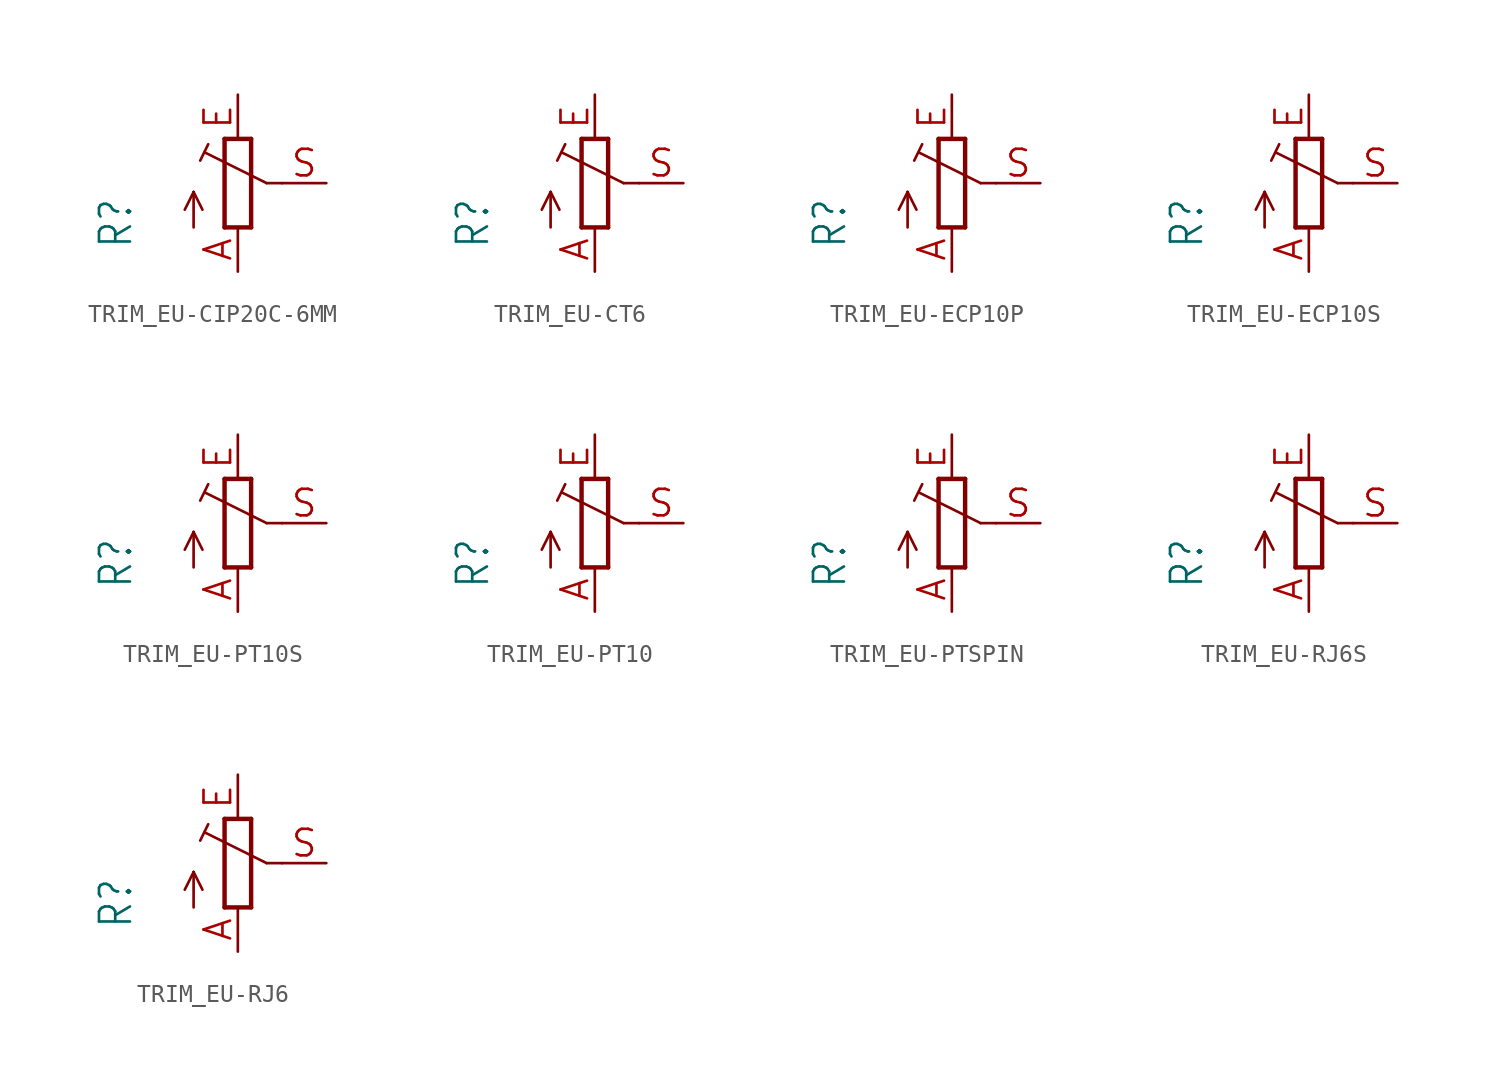
<source format=kicad_sym>
(kicad_symbol_lib
  (version 20241209)
  (generator "kicad_symbol_editor")
  (generator_version "9.0")
  (symbol "TRIM_EU-CIP20C-6MM"
    (property "Reference" "R"
      (at -5.969 -3.81 90)
      (effects (font (size 1.778 1.511)) (justify left bottom)))
    (property "Value" ""
      (at -3.81 -3.81 90)
      (effects (font (size 1.778 1.511)) (justify left bottom)))
    (property "ki_locked" ""
      (at 0 0 0)
      (effects (font (size 1.27 1.27))))
    (symbol "TRIM_EU-CIP20C-6MM_1_0"
      (polyline (pts (xy -2.54 -0.508) (xy -3.048 -1.524)) (stroke (width 0.152) (type solid)) (fill (type none)))
      (polyline (pts (xy -2.54 -0.508) (xy -2.032 -1.524)) (stroke (width 0.152) (type solid)) (fill (type none)))
      (polyline (pts (xy -2.54 -2.54) (xy -2.54 -0.508)) (stroke (width 0.152) (type solid)) (fill (type none)))
      (polyline (pts (xy -2.16 1.294) (xy -1.702 2.235)) (stroke (width 0.152) (type solid)) (fill (type none)))
      (polyline (pts (xy -0.762 2.54) (xy -0.762 -2.54)) (stroke (width 0.254) (type solid)) (fill (type none)))
      (polyline (pts (xy -0.762 -2.54) (xy 0.762 -2.54)) (stroke (width 0.254) (type solid)) (fill (type none)))
      (polyline (pts (xy 0.762 2.54) (xy -0.762 2.54)) (stroke (width 0.254) (type solid)) (fill (type none)))
      (polyline (pts (xy 0.762 -2.54) (xy 0.762 2.54)) (stroke (width 0.254) (type solid)) (fill (type none)))
      (polyline (pts (xy 1.651 0) (xy -1.88 1.753)) (stroke (width 0.152) (type solid)) (fill (type none)))
      (polyline (pts (xy 2.54 0) (xy 1.651 0)) (stroke (width 0.152) (type solid)) (fill (type none)))
      (pin passive line (at 0 5.08 270) (length 2.54) (name "E" (effects (font (size 0 0)))) (number "E" (effects (font (size 1.524 1.524)))))
      (pin passive line (at 0 -5.08 90) (length 2.54) (name "A" (effects (font (size 0 0)))) (number "A" (effects (font (size 1.524 1.524)))))
      (pin passive line (at 5.08 0 180) (length 2.54) (name "S" (effects (font (size 0 0)))) (number "S" (effects (font (size 1.524 1.524)))))))
  (symbol "TRIM_EU-CT6"
    (property "Reference" "R"
      (at -5.969 -3.81 90)
      (effects (font (size 1.778 1.511)) (justify left bottom)))
    (property "Value" ""
      (at -3.81 -3.81 90)
      (effects (font (size 1.778 1.511)) (justify left bottom)))
    (property "ki_locked" ""
      (at 0 0 0)
      (effects (font (size 1.27 1.27))))
    (symbol "TRIM_EU-CT6_1_0"
      (polyline (pts (xy -2.54 -0.508) (xy -3.048 -1.524)) (stroke (width 0.152) (type solid)) (fill (type none)))
      (polyline (pts (xy -2.54 -0.508) (xy -2.032 -1.524)) (stroke (width 0.152) (type solid)) (fill (type none)))
      (polyline (pts (xy -2.54 -2.54) (xy -2.54 -0.508)) (stroke (width 0.152) (type solid)) (fill (type none)))
      (polyline (pts (xy -2.16 1.294) (xy -1.702 2.235)) (stroke (width 0.152) (type solid)) (fill (type none)))
      (polyline (pts (xy -0.762 2.54) (xy -0.762 -2.54)) (stroke (width 0.254) (type solid)) (fill (type none)))
      (polyline (pts (xy -0.762 -2.54) (xy 0.762 -2.54)) (stroke (width 0.254) (type solid)) (fill (type none)))
      (polyline (pts (xy 0.762 2.54) (xy -0.762 2.54)) (stroke (width 0.254) (type solid)) (fill (type none)))
      (polyline (pts (xy 0.762 -2.54) (xy 0.762 2.54)) (stroke (width 0.254) (type solid)) (fill (type none)))
      (polyline (pts (xy 1.651 0) (xy -1.88 1.753)) (stroke (width 0.152) (type solid)) (fill (type none)))
      (polyline (pts (xy 2.54 0) (xy 1.651 0)) (stroke (width 0.152) (type solid)) (fill (type none)))
      (pin passive line (at 0 5.08 270) (length 2.54) (name "E" (effects (font (size 0 0)))) (number "E" (effects (font (size 1.524 1.524)))))
      (pin passive line (at 0 -5.08 90) (length 2.54) (name "A" (effects (font (size 0 0)))) (number "A" (effects (font (size 1.524 1.524)))))
      (pin passive line (at 5.08 0 180) (length 2.54) (name "S" (effects (font (size 0 0)))) (number "S" (effects (font (size 1.524 1.524)))))))
  (symbol "TRIM_EU-ECP10P"
    (property "Reference" "R"
      (at -5.969 -3.81 90)
      (effects (font (size 1.778 1.511)) (justify left bottom)))
    (property "Value" ""
      (at -3.81 -3.81 90)
      (effects (font (size 1.778 1.511)) (justify left bottom)))
    (property "ki_locked" ""
      (at 0 0 0)
      (effects (font (size 1.27 1.27))))
    (symbol "TRIM_EU-ECP10P_1_0"
      (polyline (pts (xy -2.54 -0.508) (xy -3.048 -1.524)) (stroke (width 0.152) (type solid)) (fill (type none)))
      (polyline (pts (xy -2.54 -0.508) (xy -2.032 -1.524)) (stroke (width 0.152) (type solid)) (fill (type none)))
      (polyline (pts (xy -2.54 -2.54) (xy -2.54 -0.508)) (stroke (width 0.152) (type solid)) (fill (type none)))
      (polyline (pts (xy -2.16 1.294) (xy -1.702 2.235)) (stroke (width 0.152) (type solid)) (fill (type none)))
      (polyline (pts (xy -0.762 2.54) (xy -0.762 -2.54)) (stroke (width 0.254) (type solid)) (fill (type none)))
      (polyline (pts (xy -0.762 -2.54) (xy 0.762 -2.54)) (stroke (width 0.254) (type solid)) (fill (type none)))
      (polyline (pts (xy 0.762 2.54) (xy -0.762 2.54)) (stroke (width 0.254) (type solid)) (fill (type none)))
      (polyline (pts (xy 0.762 -2.54) (xy 0.762 2.54)) (stroke (width 0.254) (type solid)) (fill (type none)))
      (polyline (pts (xy 1.651 0) (xy -1.88 1.753)) (stroke (width 0.152) (type solid)) (fill (type none)))
      (polyline (pts (xy 2.54 0) (xy 1.651 0)) (stroke (width 0.152) (type solid)) (fill (type none)))
      (pin passive line (at 0 5.08 270) (length 2.54) (name "E" (effects (font (size 0 0)))) (number "E" (effects (font (size 1.524 1.524)))))
      (pin passive line (at 0 -5.08 90) (length 2.54) (name "A" (effects (font (size 0 0)))) (number "A" (effects (font (size 1.524 1.524)))))
      (pin passive line (at 5.08 0 180) (length 2.54) (name "S" (effects (font (size 0 0)))) (number "S" (effects (font (size 1.524 1.524)))))))
  (symbol "TRIM_EU-ECP10S"
    (property "Reference" "R"
      (at -5.969 -3.81 90)
      (effects (font (size 1.778 1.511)) (justify left bottom)))
    (property "Value" ""
      (at -3.81 -3.81 90)
      (effects (font (size 1.778 1.511)) (justify left bottom)))
    (property "ki_locked" ""
      (at 0 0 0)
      (effects (font (size 1.27 1.27))))
    (symbol "TRIM_EU-ECP10S_1_0"
      (polyline (pts (xy -2.54 -0.508) (xy -3.048 -1.524)) (stroke (width 0.152) (type solid)) (fill (type none)))
      (polyline (pts (xy -2.54 -0.508) (xy -2.032 -1.524)) (stroke (width 0.152) (type solid)) (fill (type none)))
      (polyline (pts (xy -2.54 -2.54) (xy -2.54 -0.508)) (stroke (width 0.152) (type solid)) (fill (type none)))
      (polyline (pts (xy -2.16 1.294) (xy -1.702 2.235)) (stroke (width 0.152) (type solid)) (fill (type none)))
      (polyline (pts (xy -0.762 2.54) (xy -0.762 -2.54)) (stroke (width 0.254) (type solid)) (fill (type none)))
      (polyline (pts (xy -0.762 -2.54) (xy 0.762 -2.54)) (stroke (width 0.254) (type solid)) (fill (type none)))
      (polyline (pts (xy 0.762 2.54) (xy -0.762 2.54)) (stroke (width 0.254) (type solid)) (fill (type none)))
      (polyline (pts (xy 0.762 -2.54) (xy 0.762 2.54)) (stroke (width 0.254) (type solid)) (fill (type none)))
      (polyline (pts (xy 1.651 0) (xy -1.88 1.753)) (stroke (width 0.152) (type solid)) (fill (type none)))
      (polyline (pts (xy 2.54 0) (xy 1.651 0)) (stroke (width 0.152) (type solid)) (fill (type none)))
      (pin passive line (at 0 5.08 270) (length 2.54) (name "E" (effects (font (size 0 0)))) (number "E" (effects (font (size 1.524 1.524)))))
      (pin passive line (at 0 -5.08 90) (length 2.54) (name "A" (effects (font (size 0 0)))) (number "A" (effects (font (size 1.524 1.524)))))
      (pin passive line (at 5.08 0 180) (length 2.54) (name "S" (effects (font (size 0 0)))) (number "S" (effects (font (size 1.524 1.524)))))))
  (symbol "TRIM_EU-PT10S"
    (property "Reference" "R"
      (at -5.969 -3.81 90)
      (effects (font (size 1.778 1.511)) (justify left bottom)))
    (property "Value" ""
      (at -3.81 -3.81 90)
      (effects (font (size 1.778 1.511)) (justify left bottom)))
    (property "ki_locked" ""
      (at 0 0 0)
      (effects (font (size 1.27 1.27))))
    (symbol "TRIM_EU-PT10S_1_0"
      (polyline (pts (xy -2.54 -0.508) (xy -3.048 -1.524)) (stroke (width 0.152) (type solid)) (fill (type none)))
      (polyline (pts (xy -2.54 -0.508) (xy -2.032 -1.524)) (stroke (width 0.152) (type solid)) (fill (type none)))
      (polyline (pts (xy -2.54 -2.54) (xy -2.54 -0.508)) (stroke (width 0.152) (type solid)) (fill (type none)))
      (polyline (pts (xy -2.16 1.294) (xy -1.702 2.235)) (stroke (width 0.152) (type solid)) (fill (type none)))
      (polyline (pts (xy -0.762 2.54) (xy -0.762 -2.54)) (stroke (width 0.254) (type solid)) (fill (type none)))
      (polyline (pts (xy -0.762 -2.54) (xy 0.762 -2.54)) (stroke (width 0.254) (type solid)) (fill (type none)))
      (polyline (pts (xy 0.762 2.54) (xy -0.762 2.54)) (stroke (width 0.254) (type solid)) (fill (type none)))
      (polyline (pts (xy 0.762 -2.54) (xy 0.762 2.54)) (stroke (width 0.254) (type solid)) (fill (type none)))
      (polyline (pts (xy 1.651 0) (xy -1.88 1.753)) (stroke (width 0.152) (type solid)) (fill (type none)))
      (polyline (pts (xy 2.54 0) (xy 1.651 0)) (stroke (width 0.152) (type solid)) (fill (type none)))
      (pin passive line (at 0 5.08 270) (length 2.54) (name "E" (effects (font (size 0 0)))) (number "E" (effects (font (size 1.524 1.524)))))
      (pin passive line (at 0 -5.08 90) (length 2.54) (name "A" (effects (font (size 0 0)))) (number "A" (effects (font (size 1.524 1.524)))))
      (pin passive line (at 5.08 0 180) (length 2.54) (name "S" (effects (font (size 0 0)))) (number "S" (effects (font (size 1.524 1.524)))))))
  (symbol "TRIM_EU-PT10"
    (property "Reference" "R"
      (at -5.969 -3.81 90)
      (effects (font (size 1.778 1.511)) (justify left bottom)))
    (property "Value" ""
      (at -3.81 -3.81 90)
      (effects (font (size 1.778 1.511)) (justify left bottom)))
    (property "ki_locked" ""
      (at 0 0 0)
      (effects (font (size 1.27 1.27))))
    (symbol "TRIM_EU-PT10_1_0"
      (polyline (pts (xy -2.54 -0.508) (xy -3.048 -1.524)) (stroke (width 0.152) (type solid)) (fill (type none)))
      (polyline (pts (xy -2.54 -0.508) (xy -2.032 -1.524)) (stroke (width 0.152) (type solid)) (fill (type none)))
      (polyline (pts (xy -2.54 -2.54) (xy -2.54 -0.508)) (stroke (width 0.152) (type solid)) (fill (type none)))
      (polyline (pts (xy -2.16 1.294) (xy -1.702 2.235)) (stroke (width 0.152) (type solid)) (fill (type none)))
      (polyline (pts (xy -0.762 2.54) (xy -0.762 -2.54)) (stroke (width 0.254) (type solid)) (fill (type none)))
      (polyline (pts (xy -0.762 -2.54) (xy 0.762 -2.54)) (stroke (width 0.254) (type solid)) (fill (type none)))
      (polyline (pts (xy 0.762 2.54) (xy -0.762 2.54)) (stroke (width 0.254) (type solid)) (fill (type none)))
      (polyline (pts (xy 0.762 -2.54) (xy 0.762 2.54)) (stroke (width 0.254) (type solid)) (fill (type none)))
      (polyline (pts (xy 1.651 0) (xy -1.88 1.753)) (stroke (width 0.152) (type solid)) (fill (type none)))
      (polyline (pts (xy 2.54 0) (xy 1.651 0)) (stroke (width 0.152) (type solid)) (fill (type none)))
      (pin passive line (at 0 5.08 270) (length 2.54) (name "E" (effects (font (size 0 0)))) (number "E" (effects (font (size 1.524 1.524)))))
      (pin passive line (at 0 -5.08 90) (length 2.54) (name "A" (effects (font (size 0 0)))) (number "A" (effects (font (size 1.524 1.524)))))
      (pin passive line (at 5.08 0 180) (length 2.54) (name "S" (effects (font (size 0 0)))) (number "S" (effects (font (size 1.524 1.524)))))))
  (symbol "TRIM_EU-PTSPIN"
    (property "Reference" "R"
      (at -5.969 -3.81 90)
      (effects (font (size 1.778 1.511)) (justify left bottom)))
    (property "Value" ""
      (at -3.81 -3.81 90)
      (effects (font (size 1.778 1.511)) (justify left bottom)))
    (property "ki_locked" ""
      (at 0 0 0)
      (effects (font (size 1.27 1.27))))
    (symbol "TRIM_EU-PTSPIN_1_0"
      (polyline (pts (xy -2.54 -0.508) (xy -3.048 -1.524)) (stroke (width 0.152) (type solid)) (fill (type none)))
      (polyline (pts (xy -2.54 -0.508) (xy -2.032 -1.524)) (stroke (width 0.152) (type solid)) (fill (type none)))
      (polyline (pts (xy -2.54 -2.54) (xy -2.54 -0.508)) (stroke (width 0.152) (type solid)) (fill (type none)))
      (polyline (pts (xy -2.16 1.294) (xy -1.702 2.235)) (stroke (width 0.152) (type solid)) (fill (type none)))
      (polyline (pts (xy -0.762 2.54) (xy -0.762 -2.54)) (stroke (width 0.254) (type solid)) (fill (type none)))
      (polyline (pts (xy -0.762 -2.54) (xy 0.762 -2.54)) (stroke (width 0.254) (type solid)) (fill (type none)))
      (polyline (pts (xy 0.762 2.54) (xy -0.762 2.54)) (stroke (width 0.254) (type solid)) (fill (type none)))
      (polyline (pts (xy 0.762 -2.54) (xy 0.762 2.54)) (stroke (width 0.254) (type solid)) (fill (type none)))
      (polyline (pts (xy 1.651 0) (xy -1.88 1.753)) (stroke (width 0.152) (type solid)) (fill (type none)))
      (polyline (pts (xy 2.54 0) (xy 1.651 0)) (stroke (width 0.152) (type solid)) (fill (type none)))
      (pin passive line (at 0 5.08 270) (length 2.54) (name "E" (effects (font (size 0 0)))) (number "E" (effects (font (size 1.524 1.524)))))
      (pin passive line (at 0 -5.08 90) (length 2.54) (name "A" (effects (font (size 0 0)))) (number "A" (effects (font (size 1.524 1.524)))))
      (pin passive line (at 5.08 0 180) (length 2.54) (name "S" (effects (font (size 0 0)))) (number "S" (effects (font (size 1.524 1.524)))))))
  (symbol "TRIM_EU-RJ6S"
    (property "Reference" "R"
      (at -5.969 -3.81 90)
      (effects (font (size 1.778 1.511)) (justify left bottom)))
    (property "Value" ""
      (at -3.81 -3.81 90)
      (effects (font (size 1.778 1.511)) (justify left bottom)))
    (property "ki_locked" ""
      (at 0 0 0)
      (effects (font (size 1.27 1.27))))
    (symbol "TRIM_EU-RJ6S_1_0"
      (polyline (pts (xy -2.54 -0.508) (xy -3.048 -1.524)) (stroke (width 0.152) (type solid)) (fill (type none)))
      (polyline (pts (xy -2.54 -0.508) (xy -2.032 -1.524)) (stroke (width 0.152) (type solid)) (fill (type none)))
      (polyline (pts (xy -2.54 -2.54) (xy -2.54 -0.508)) (stroke (width 0.152) (type solid)) (fill (type none)))
      (polyline (pts (xy -2.16 1.294) (xy -1.702 2.235)) (stroke (width 0.152) (type solid)) (fill (type none)))
      (polyline (pts (xy -0.762 2.54) (xy -0.762 -2.54)) (stroke (width 0.254) (type solid)) (fill (type none)))
      (polyline (pts (xy -0.762 -2.54) (xy 0.762 -2.54)) (stroke (width 0.254) (type solid)) (fill (type none)))
      (polyline (pts (xy 0.762 2.54) (xy -0.762 2.54)) (stroke (width 0.254) (type solid)) (fill (type none)))
      (polyline (pts (xy 0.762 -2.54) (xy 0.762 2.54)) (stroke (width 0.254) (type solid)) (fill (type none)))
      (polyline (pts (xy 1.651 0) (xy -1.88 1.753)) (stroke (width 0.152) (type solid)) (fill (type none)))
      (polyline (pts (xy 2.54 0) (xy 1.651 0)) (stroke (width 0.152) (type solid)) (fill (type none)))
      (pin passive line (at 0 5.08 270) (length 2.54) (name "E" (effects (font (size 0 0)))) (number "E" (effects (font (size 1.524 1.524)))))
      (pin passive line (at 0 -5.08 90) (length 2.54) (name "A" (effects (font (size 0 0)))) (number "A" (effects (font (size 1.524 1.524)))))
      (pin passive line (at 5.08 0 180) (length 2.54) (name "S" (effects (font (size 0 0)))) (number "S" (effects (font (size 1.524 1.524)))))))
  (symbol "TRIM_EU-RJ6"
    (property "Reference" "R"
      (at -5.969 -3.81 90)
      (effects (font (size 1.778 1.511)) (justify left bottom)))
    (property "Value" ""
      (at -3.81 -3.81 90)
      (effects (font (size 1.778 1.511)) (justify left bottom)))
    (property "ki_locked" ""
      (at 0 0 0)
      (effects (font (size 1.27 1.27))))
    (symbol "TRIM_EU-RJ6_1_0"
      (polyline (pts (xy -2.54 -0.508) (xy -3.048 -1.524)) (stroke (width 0.152) (type solid)) (fill (type none)))
      (polyline (pts (xy -2.54 -0.508) (xy -2.032 -1.524)) (stroke (width 0.152) (type solid)) (fill (type none)))
      (polyline (pts (xy -2.54 -2.54) (xy -2.54 -0.508)) (stroke (width 0.152) (type solid)) (fill (type none)))
      (polyline (pts (xy -2.16 1.294) (xy -1.702 2.235)) (stroke (width 0.152) (type solid)) (fill (type none)))
      (polyline (pts (xy -0.762 2.54) (xy -0.762 -2.54)) (stroke (width 0.254) (type solid)) (fill (type none)))
      (polyline (pts (xy -0.762 -2.54) (xy 0.762 -2.54)) (stroke (width 0.254) (type solid)) (fill (type none)))
      (polyline (pts (xy 0.762 2.54) (xy -0.762 2.54)) (stroke (width 0.254) (type solid)) (fill (type none)))
      (polyline (pts (xy 0.762 -2.54) (xy 0.762 2.54)) (stroke (width 0.254) (type solid)) (fill (type none)))
      (polyline (pts (xy 1.651 0) (xy -1.88 1.753)) (stroke (width 0.152) (type solid)) (fill (type none)))
      (polyline (pts (xy 2.54 0) (xy 1.651 0)) (stroke (width 0.152) (type solid)) (fill (type none)))
      (pin passive line (at 0 5.08 270) (length 2.54) (name "E" (effects (font (size 0 0)))) (number "E" (effects (font (size 1.524 1.524)))))
      (pin passive line (at 0 -5.08 90) (length 2.54) (name "A" (effects (font (size 0 0)))) (number "A" (effects (font (size 1.524 1.524)))))
      (pin passive line (at 5.08 0 180) (length 2.54) (name "S" (effects (font (size 0 0)))) (number "S" (effects (font (size 1.524 1.524))))))))
</source>
